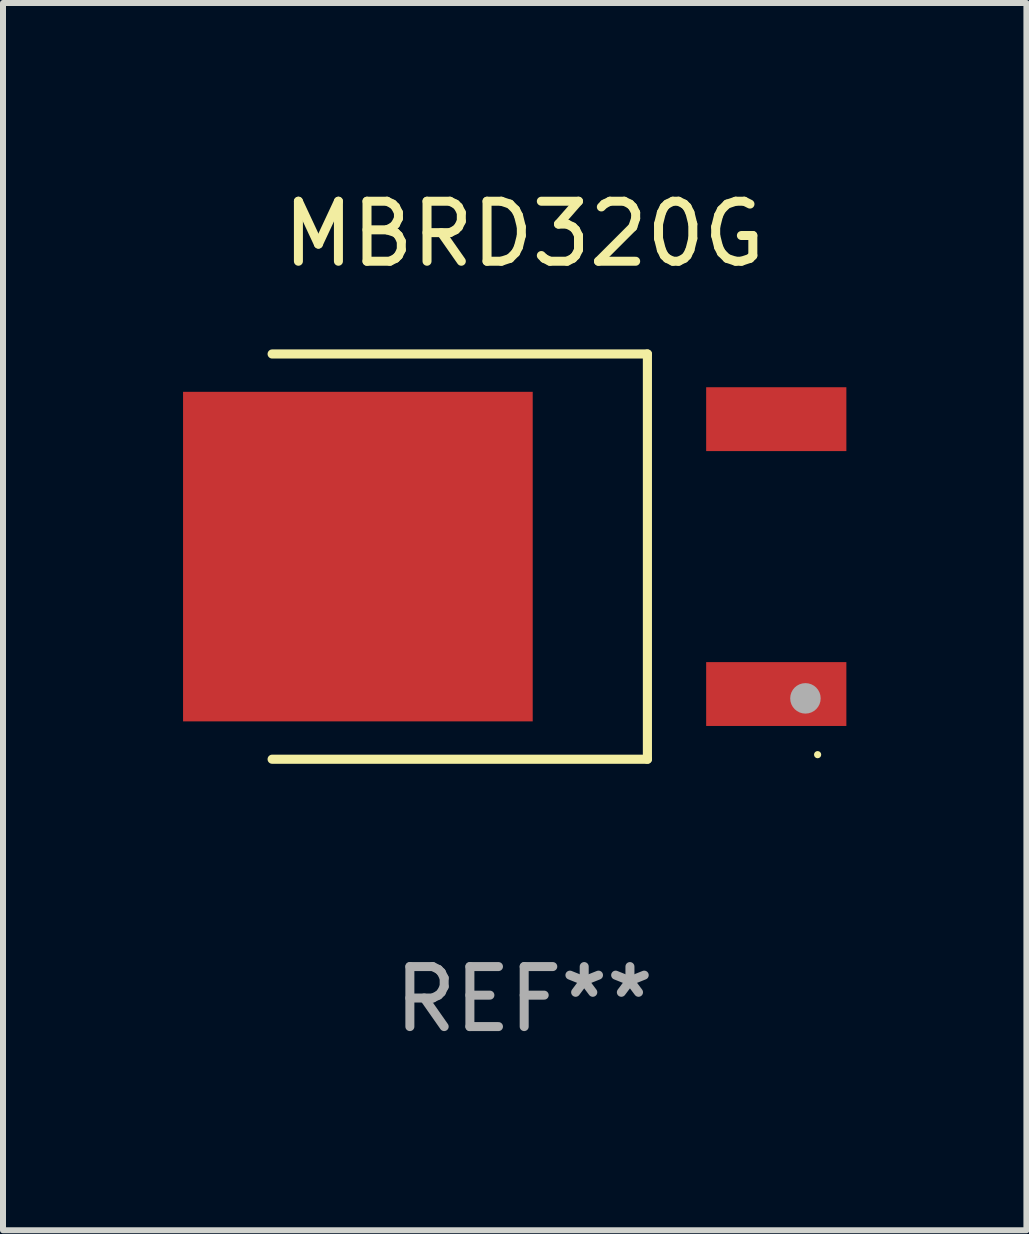
<source format=kicad_pcb>
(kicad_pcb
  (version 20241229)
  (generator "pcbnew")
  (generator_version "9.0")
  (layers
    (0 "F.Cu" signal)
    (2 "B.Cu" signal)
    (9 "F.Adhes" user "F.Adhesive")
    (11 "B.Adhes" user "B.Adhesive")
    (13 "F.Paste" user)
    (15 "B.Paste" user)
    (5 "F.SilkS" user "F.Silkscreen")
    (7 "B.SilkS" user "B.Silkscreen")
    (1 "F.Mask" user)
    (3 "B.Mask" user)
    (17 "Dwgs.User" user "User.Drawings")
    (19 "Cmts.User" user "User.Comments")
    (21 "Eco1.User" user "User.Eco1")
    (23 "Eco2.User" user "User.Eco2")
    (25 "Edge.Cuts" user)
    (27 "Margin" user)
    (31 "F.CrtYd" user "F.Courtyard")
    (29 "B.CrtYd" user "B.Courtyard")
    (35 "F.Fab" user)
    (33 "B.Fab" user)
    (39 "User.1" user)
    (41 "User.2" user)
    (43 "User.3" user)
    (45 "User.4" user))
  (footprint "MBRD320G"
    (layer "F.Cu")
    (at 5.684 6.224)
    (property "Reference" "MBRD320G" (at 0 -5.376 0) (layer "F.SilkS") (effects (font (size 1 1) (thickness 0.15))))
    (attr through_hole)
    (fp_line (start -4.2 -3.376) (end 2.053 -3.376) (stroke (width 0.152) (type solid)) (layer "F.SilkS"))
    (fp_line (start -4.2 3.376) (end 2.053 3.376) (stroke (width 0.152) (type solid)) (layer "F.SilkS"))
    (fp_line (start 2.053 3.376) (end 2.053 -3.376) (stroke (width 0.152) (type solid)) (layer "F.SilkS"))
    (fp_circle (center 4.889 3.3) (end 4.919 3.3) (stroke (width 0.06) (type solid)) (fill no) (layer "F.SilkS"))
    (fp_circle (center 4.686 2.362) (end 4.813 2.362) (stroke (width 0.254) (type solid)) (fill no) (layer "F.Fab"))
    (fp_text user "REF**" (at 0 7.376 0) (layer "F.Fab") (effects (font (size 1 1) (thickness 0.15))))
    (pad "1" smd rect (at 4.2 2.29) (size 2.336 1.064) (layers "F.Cu" "F.Mask" "F.Paste"))
    (pad "3" smd rect (at 4.2 -2.29) (size 2.336 1.064) (layers "F.Cu" "F.Mask" "F.Paste"))
    (pad "4" smd rect (at -2.771 0) (size 5.826 5.491) (layers "F.Cu" "F.Mask" "F.Paste")))
  (gr_rect
    (start -3 -3)
    (end 14.052 17.449)
    (stroke (width 0.1) (type default))
    (fill no)
    (layer "Edge.Cuts")))
</source>
